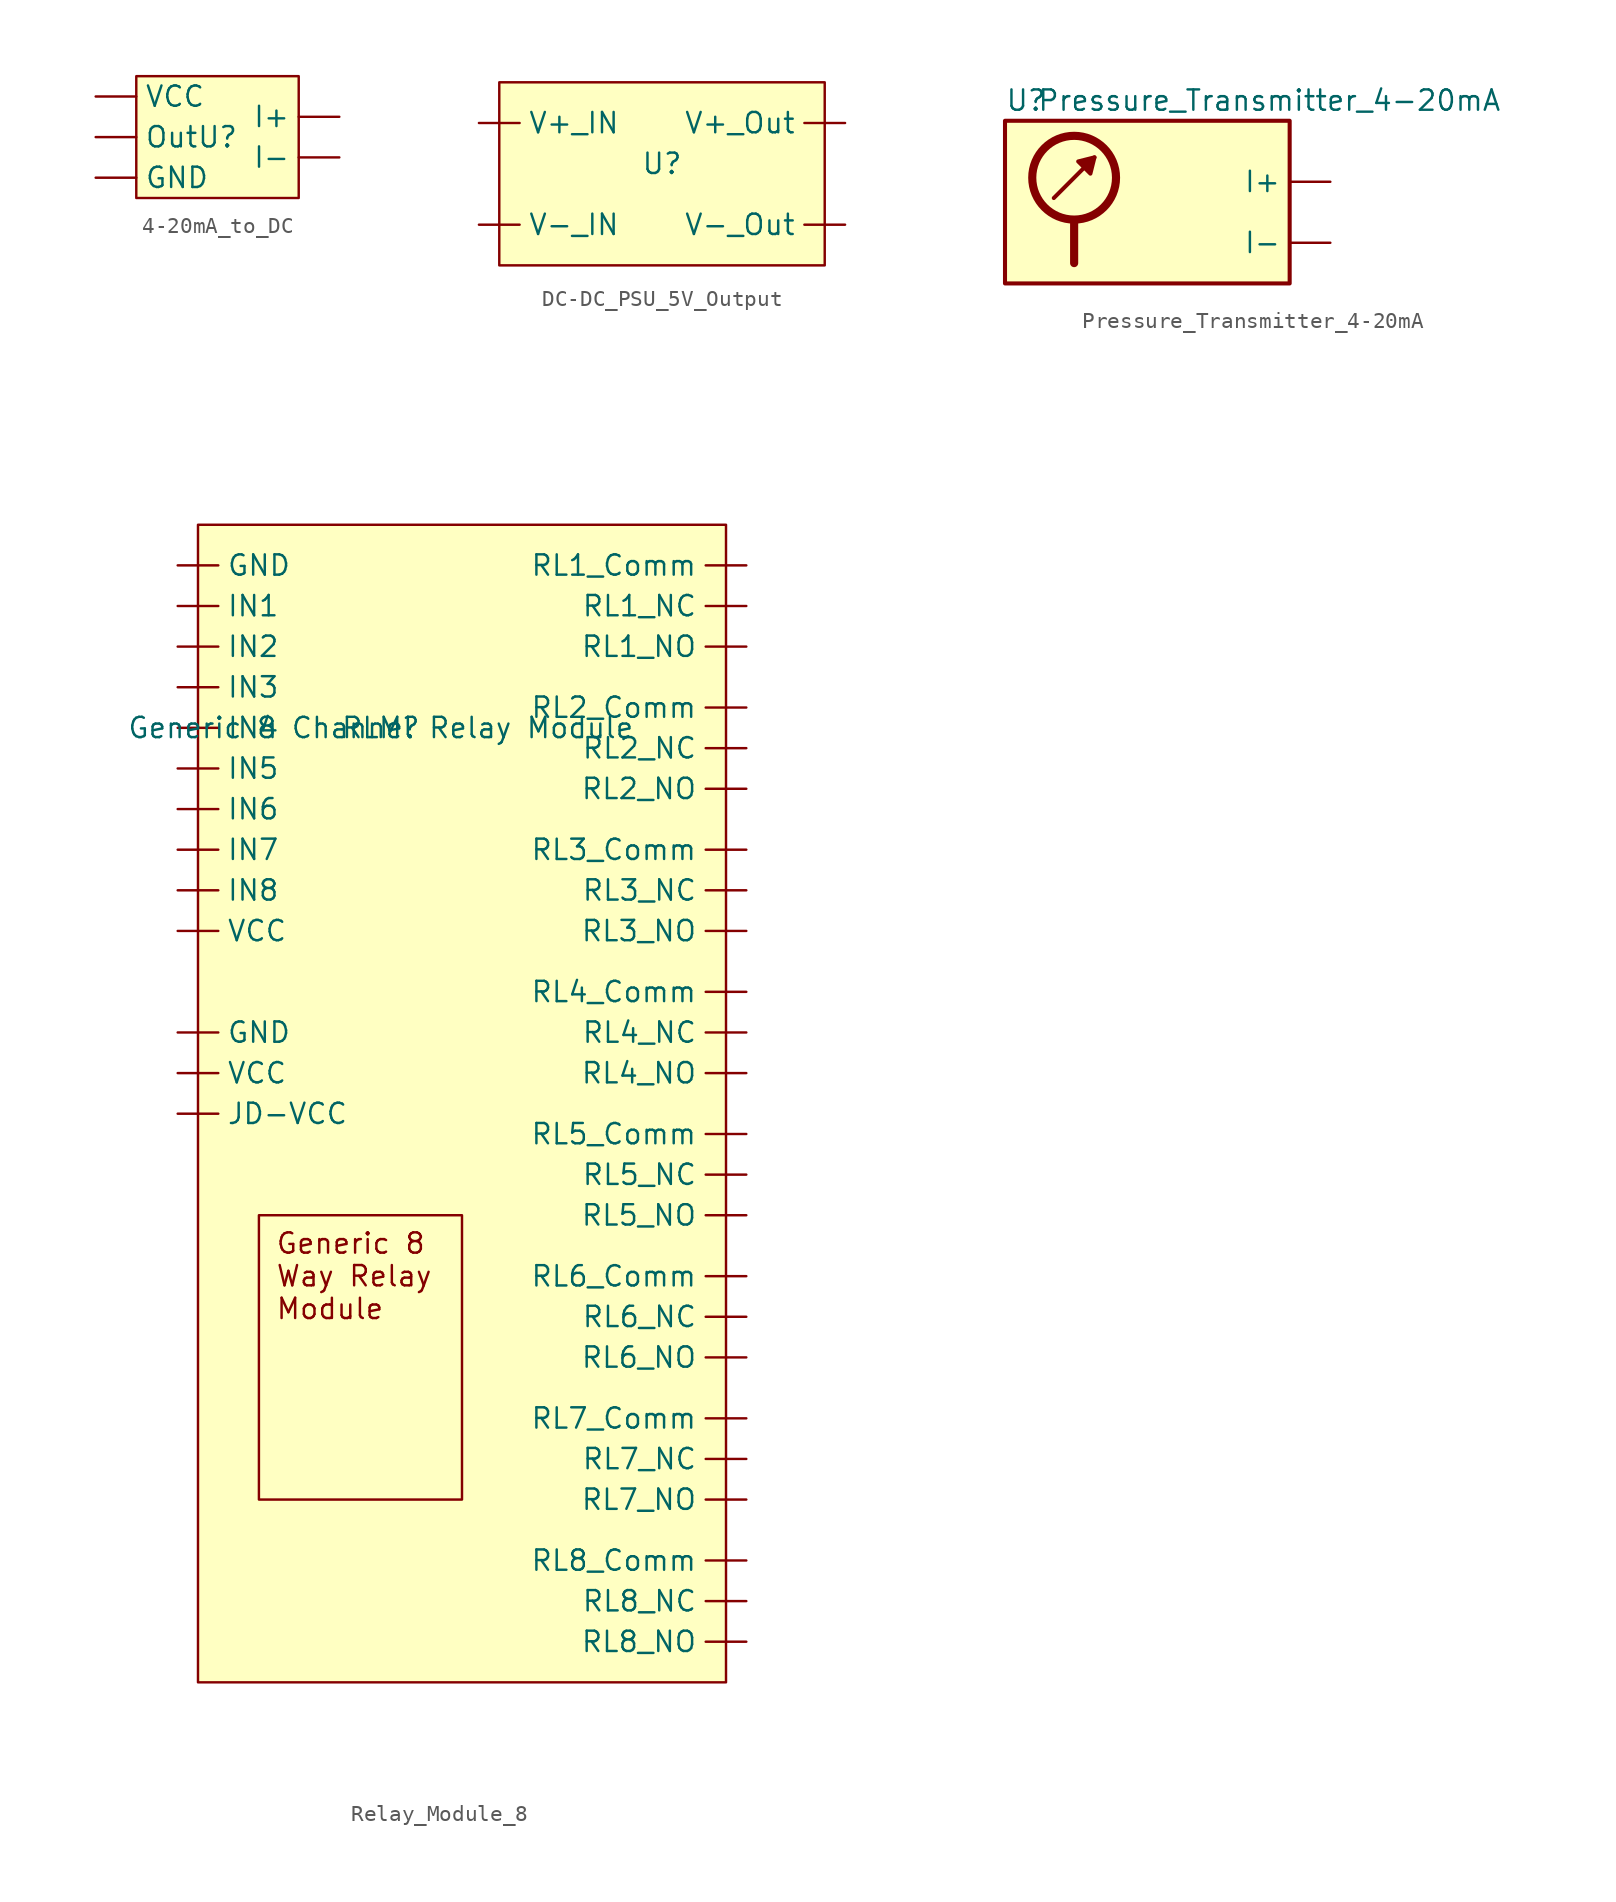
<source format=kicad_sym>
(kicad_symbol_lib
  (version 20241209)
  (generator "kicad_symbol_editor")
  (generator_version "9.0")
  (symbol "4-20mA_to_DC"
    (property "Reference" "U"
      (at 0 0 0)
      (effects (font (size 1.27 1.27))))
    (property "Value" ""
      (at 0 0 0)
      (effects (font (size 1.27 1.27))))
    (symbol "4-20mA_to_DC_1_1"
      (rectangle (start -5.08 3.81) (end 5.08 -3.81) (stroke (width 0) (type solid)) (fill (type background)))
      (pin input line (at -7.62 2.54 0) (length 2.54) (name "VCC" (effects (font (size 1.27 1.27)))) (number "" (effects (font (size 1.27 1.27)))))
      (pin output line (at -7.62 0 0) (length 2.54) (name "Out" (effects (font (size 1.27 1.27)))) (number "" (effects (font (size 1.27 1.27)))))
      (pin input line (at -7.62 -2.54 0) (length 2.54) (name "GND" (effects (font (size 1.27 1.27)))) (number "" (effects (font (size 1.27 1.27)))))
      (pin input line (at 7.62 1.27 180) (length 2.54) (name "I+" (effects (font (size 1.27 1.27)))) (number "" (effects (font (size 1.27 1.27)))))
      (pin input line (at 7.62 -1.27 180) (length 2.54) (name "I-" (effects (font (size 1.27 1.27)))) (number "" (effects (font (size 1.27 1.27)))))))
  (symbol "DC-DC_PSU_5V_Output"
    (property "Reference" "U"
      (at 0 0 0)
      (effects (font (size 1.27 1.27))))
    (property "Value" ""
      (at 0 0 0)
      (effects (font (size 1.27 1.27))))
    (symbol "DC-DC_PSU_5V_Output_1_1"
      (rectangle (start -10.16 5.08) (end 10.16 -6.35) (stroke (width 0) (type solid)) (fill (type background)))
      (pin input line (at -11.43 2.54 0) (length 2.54) (name "V+_IN" (effects (font (size 1.27 1.27)))) (number "" (effects (font (size 1.27 1.27)))))
      (pin input line (at -11.43 -3.81 0) (length 2.54) (name "V-_IN" (effects (font (size 1.27 1.27)))) (number "" (effects (font (size 1.27 1.27)))))
      (pin output line (at 11.43 2.54 180) (length 2.54) (name "V+_Out" (effects (font (size 1.27 1.27)))) (number "" (effects (font (size 1.27 1.27)))))
      (pin output line (at 11.43 -3.81 180) (length 2.54) (name "V-_Out" (effects (font (size 1.27 1.27)))) (number "" (effects (font (size 1.27 1.27)))))))
  (symbol "Pressure_Transmitter_4-20mA"
    (property "Reference" "U"
      (at -10.16 6.35 0)
      (effects (font (size 1.27 1.27)) (justify left)))
    (property "Value" "Pressure_Transmitter_4-20mA"
      (at 6.35 6.35 0)
      (effects (font (size 1.27 1.27))))
    (symbol "Pressure_Transmitter_4-20mA_0_1"
      (polyline (pts (xy -7.112 0.254) (xy -4.572 2.794)) (stroke (width 0.254) (type default)) (fill (type none)))
      (circle (center -5.842 1.524) (radius 2.616) (stroke (width 0.508) (type default)) (fill (type none)))
      (polyline (pts (xy -5.842 -1.27) (xy -5.842 -3.81)) (stroke (width 0.508) (type default)) (fill (type none)))
      (polyline (pts (xy -4.572 2.794) (xy -4.826 1.778) (xy -5.588 2.54) (xy -4.572 2.794)) (stroke (width 0.254) (type default)) (fill (type outline)))
      (rectangle (start 7.62 5.08) (end -10.16 -5.08) (stroke (width 0.254) (type default)) (fill (type background))))
    (symbol "Pressure_Transmitter_4-20mA_1_1"
      (pin no_connect line (at -7.62 -5.08 90) (length 2.54) (hide yes) (name "NC" (effects (font (size 1.27 1.27)))) (number "4" (effects (font (size 1.27 1.27)))))
      (pin no_connect line (at -5.08 -5.08 90) (length 2.54) (hide yes) (name "NC" (effects (font (size 1.27 1.27)))) (number "5" (effects (font (size 1.27 1.27)))))
      (pin no_connect line (at -2.54 -5.08 90) (length 2.54) (hide yes) (name "NC" (effects (font (size 1.27 1.27)))) (number "6" (effects (font (size 1.27 1.27)))))
      (pin output line (at 10.16 1.27 180) (length 2.54) (name "I+" (effects (font (size 1.27 1.27)))) (number "" (effects (font (size 1.27 1.27)))))
      (pin output line (at 10.16 -2.54 180) (length 2.54) (name "I-" (effects (font (size 1.27 1.27)))) (number "" (effects (font (size 1.27 1.27)))))))
  (symbol "Relay_Module_8"
    (property "Reference" "RLM"
      (at 0 0 0)
      (effects (font (size 1.27 1.27))))
    (property "Value" "Generic 8 Channel Relay Module"
      (at 0 0 0)
      (effects (font (size 1.27 1.27))))
    (symbol "Relay_Module_8_1_1"
      (rectangle (start -11.43 12.7) (end 21.59 -59.69) (stroke (width 0) (type solid)) (fill (type background)))
      (text_box "Generic 8 Way Relay Module" (at -7.62 -30.48 0) (size 12.7 -17.78) (margins 1.016 1.016 1.016 1.016) (stroke (width 0) (type solid)) (fill (type none)) (effects (font (size 1.27 1.27)) (justify left top)))
      (pin input line (at -12.7 10.16 0) (length 2.54) (name "GND" (effects (font (size 1.27 1.27)))) (number "" (effects (font (size 1.27 1.27)))))
      (pin input line (at -12.7 7.62 0) (length 2.54) (name "IN1" (effects (font (size 1.27 1.27)))) (number "" (effects (font (size 1.27 1.27)))))
      (pin input line (at -12.7 5.08 0) (length 2.54) (name "IN2" (effects (font (size 1.27 1.27)))) (number "" (effects (font (size 1.27 1.27)))))
      (pin input line (at -12.7 2.54 0) (length 2.54) (name "IN3" (effects (font (size 1.27 1.27)))) (number "" (effects (font (size 1.27 1.27)))))
      (pin input line (at -12.7 0 0) (length 2.54) (name "IN4" (effects (font (size 1.27 1.27)))) (number "" (effects (font (size 1.27 1.27)))))
      (pin input line (at -12.7 -2.54 0) (length 2.54) (name "IN5" (effects (font (size 1.27 1.27)))) (number "" (effects (font (size 1.27 1.27)))))
      (pin input line (at -12.7 -5.08 0) (length 2.54) (name "IN6" (effects (font (size 1.27 1.27)))) (number "" (effects (font (size 1.27 1.27)))))
      (pin input line (at -12.7 -7.62 0) (length 2.54) (name "IN7" (effects (font (size 1.27 1.27)))) (number "" (effects (font (size 1.27 1.27)))))
      (pin input line (at -12.7 -10.16 0) (length 2.54) (name "IN8" (effects (font (size 1.27 1.27)))) (number "" (effects (font (size 1.27 1.27)))))
      (pin input line (at -12.7 -12.7 0) (length 2.54) (name "VCC" (effects (font (size 1.27 1.27)))) (number "" (effects (font (size 1.27 1.27)))))
      (pin input line (at -12.7 -19.05 0) (length 2.54) (name "GND" (effects (font (size 1.27 1.27)))) (number "" (effects (font (size 1.27 1.27)))))
      (pin input line (at -12.7 -21.59 0) (length 2.54) (name "VCC" (effects (font (size 1.27 1.27)))) (number "" (effects (font (size 1.27 1.27)))))
      (pin input line (at -12.7 -24.13 0) (length 2.54) (name "JD-VCC" (effects (font (size 1.27 1.27)))) (number "" (effects (font (size 1.27 1.27)))))
      (pin output line (at 22.86 10.16 180) (length 2.54) (name "RL1_Comm" (effects (font (size 1.27 1.27)))) (number "" (effects (font (size 1.27 1.27)))))
      (pin output line (at 22.86 7.62 180) (length 2.54) (name "RL1_NC" (effects (font (size 1.27 1.27)))) (number "" (effects (font (size 1.27 1.27)))))
      (pin output line (at 22.86 5.08 180) (length 2.54) (name "RL1_NO" (effects (font (size 1.27 1.27)))) (number "" (effects (font (size 1.27 1.27)))))
      (pin output line (at 22.86 1.27 180) (length 2.54) (name "RL2_Comm" (effects (font (size 1.27 1.27)))) (number "" (effects (font (size 1.27 1.27)))))
      (pin output line (at 22.86 -1.27 180) (length 2.54) (name "RL2_NC" (effects (font (size 1.27 1.27)))) (number "" (effects (font (size 1.27 1.27)))))
      (pin output line (at 22.86 -3.81 180) (length 2.54) (name "RL2_NO" (effects (font (size 1.27 1.27)))) (number "" (effects (font (size 1.27 1.27)))))
      (pin output line (at 22.86 -7.62 180) (length 2.54) (name "RL3_Comm" (effects (font (size 1.27 1.27)))) (number "" (effects (font (size 1.27 1.27)))))
      (pin output line (at 22.86 -10.16 180) (length 2.54) (name "RL3_NC" (effects (font (size 1.27 1.27)))) (number "" (effects (font (size 1.27 1.27)))))
      (pin output line (at 22.86 -12.7 180) (length 2.54) (name "RL3_NO" (effects (font (size 1.27 1.27)))) (number "" (effects (font (size 1.27 1.27)))))
      (pin output line (at 22.86 -16.51 180) (length 2.54) (name "RL4_Comm" (effects (font (size 1.27 1.27)))) (number "" (effects (font (size 1.27 1.27)))))
      (pin output line (at 22.86 -19.05 180) (length 2.54) (name "RL4_NC" (effects (font (size 1.27 1.27)))) (number "" (effects (font (size 1.27 1.27)))))
      (pin output line (at 22.86 -21.59 180) (length 2.54) (name "RL4_NO" (effects (font (size 1.27 1.27)))) (number "" (effects (font (size 1.27 1.27)))))
      (pin output line (at 22.86 -25.4 180) (length 2.54) (name "RL5_Comm" (effects (font (size 1.27 1.27)))) (number "" (effects (font (size 1.27 1.27)))))
      (pin output line (at 22.86 -27.94 180) (length 2.54) (name "RL5_NC" (effects (font (size 1.27 1.27)))) (number "" (effects (font (size 1.27 1.27)))))
      (pin output line (at 22.86 -30.48 180) (length 2.54) (name "RL5_NO" (effects (font (size 1.27 1.27)))) (number "" (effects (font (size 1.27 1.27)))))
      (pin output line (at 22.86 -34.29 180) (length 2.54) (name "RL6_Comm" (effects (font (size 1.27 1.27)))) (number "" (effects (font (size 1.27 1.27)))))
      (pin output line (at 22.86 -36.83 180) (length 2.54) (name "RL6_NC" (effects (font (size 1.27 1.27)))) (number "" (effects (font (size 1.27 1.27)))))
      (pin output line (at 22.86 -39.37 180) (length 2.54) (name "RL6_NO" (effects (font (size 1.27 1.27)))) (number "" (effects (font (size 1.27 1.27)))))
      (pin output line (at 22.86 -43.18 180) (length 2.54) (name "RL7_Comm" (effects (font (size 1.27 1.27)))) (number "" (effects (font (size 1.27 1.27)))))
      (pin output line (at 22.86 -45.72 180) (length 2.54) (name "RL7_NC" (effects (font (size 1.27 1.27)))) (number "" (effects (font (size 1.27 1.27)))))
      (pin output line (at 22.86 -48.26 180) (length 2.54) (name "RL7_NO" (effects (font (size 1.27 1.27)))) (number "" (effects (font (size 1.27 1.27)))))
      (pin output line (at 22.86 -52.07 180) (length 2.54) (name "RL8_Comm" (effects (font (size 1.27 1.27)))) (number "" (effects (font (size 1.27 1.27)))))
      (pin output line (at 22.86 -54.61 180) (length 2.54) (name "RL8_NC" (effects (font (size 1.27 1.27)))) (number "" (effects (font (size 1.27 1.27)))))
      (pin output line (at 22.86 -57.15 180) (length 2.54) (name "RL8_NO" (effects (font (size 1.27 1.27)))) (number "" (effects (font (size 1.27 1.27))))))))
</source>
